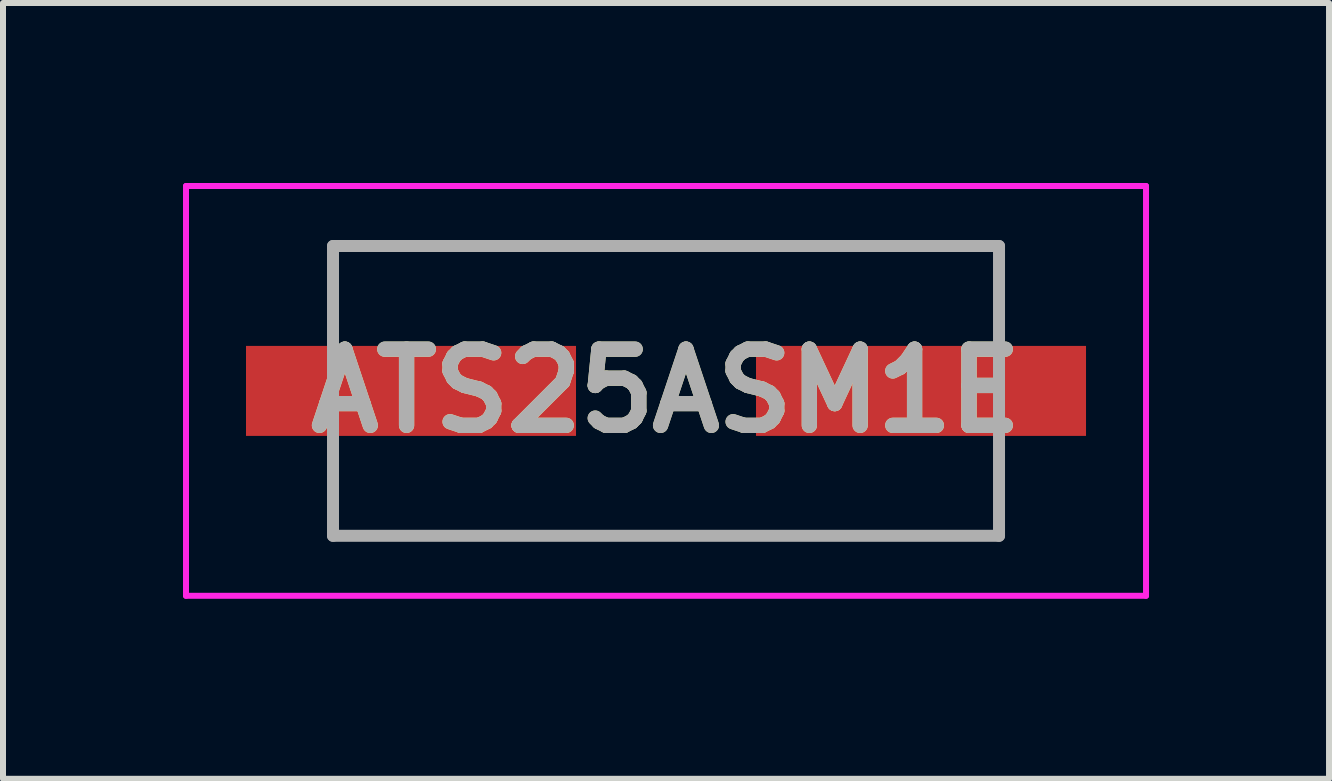
<source format=kicad_pcb>
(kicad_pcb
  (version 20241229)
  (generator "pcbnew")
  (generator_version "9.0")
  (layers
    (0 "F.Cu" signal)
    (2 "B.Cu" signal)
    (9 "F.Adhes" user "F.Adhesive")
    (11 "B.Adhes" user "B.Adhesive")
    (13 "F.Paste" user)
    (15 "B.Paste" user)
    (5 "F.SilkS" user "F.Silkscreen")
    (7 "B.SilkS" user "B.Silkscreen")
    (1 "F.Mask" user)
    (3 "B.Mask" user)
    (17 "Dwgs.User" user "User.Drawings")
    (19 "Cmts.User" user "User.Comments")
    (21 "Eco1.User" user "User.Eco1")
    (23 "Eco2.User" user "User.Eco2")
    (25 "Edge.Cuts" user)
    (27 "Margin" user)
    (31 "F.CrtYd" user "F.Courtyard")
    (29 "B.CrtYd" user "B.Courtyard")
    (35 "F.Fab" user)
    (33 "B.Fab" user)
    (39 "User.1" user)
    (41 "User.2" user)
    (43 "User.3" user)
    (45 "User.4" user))
  (footprint "ATS25ASM1E"
    (layer "F.Cu")
    (at 8.05 3.465)
    (property "Reference" "ATS25ASM1E" (at 0 0 0) (layer "F.SilkS") (effects (font (size 1.27 1.27) (thickness 0.254))))
    (attr smd)
    (fp_line (start -5.55 -2.415) (end 5.55 -2.415) (stroke (width 0.1) (type solid)) (layer "F.SilkS"))
    (fp_line (start -5.55 -1.2) (end -5.55 -2.415) (stroke (width 0.1) (type solid)) (layer "F.SilkS"))
    (fp_line (start -5.55 2.415) (end -5.55 1.2) (stroke (width 0.1) (type solid)) (layer "F.SilkS"))
    (fp_line (start 5.55 -2.415) (end 5.55 -1.2) (stroke (width 0.1) (type solid)) (layer "F.SilkS"))
    (fp_line (start 5.55 1.2) (end 5.55 2.415) (stroke (width 0.1) (type solid)) (layer "F.SilkS"))
    (fp_line (start 5.55 2.415) (end -5.55 2.415) (stroke (width 0.1) (type solid)) (layer "F.SilkS"))
    (fp_line (start -8 -3.415) (end 8 -3.415) (stroke (width 0.1) (type solid)) (layer "F.CrtYd"))
    (fp_line (start -8 3.415) (end -8 -3.415) (stroke (width 0.1) (type solid)) (layer "F.CrtYd"))
    (fp_line (start 8 -3.415) (end 8 3.415) (stroke (width 0.1) (type solid)) (layer "F.CrtYd"))
    (fp_line (start 8 3.415) (end -8 3.415) (stroke (width 0.1) (type solid)) (layer "F.CrtYd"))
    (fp_line (start -5.55 -2.415) (end 5.55 -2.415) (stroke (width 0.2) (type solid)) (layer "F.Fab"))
    (fp_line (start -5.55 2.415) (end -5.55 -2.415) (stroke (width 0.2) (type solid)) (layer "F.Fab"))
    (fp_line (start 5.55 -2.415) (end 5.55 2.415) (stroke (width 0.2) (type solid)) (layer "F.Fab"))
    (fp_line (start 5.55 2.415) (end -5.55 2.415) (stroke (width 0.2) (type solid)) (layer "F.Fab"))
    (fp_text user "${REFERENCE}" (at 0 0 0) (layer "F.Fab") (effects (font (size 1.27 1.27) (thickness 0.254))))
    (pad "1" smd rect (at -4.25 0 90) (size 1.5 5.5) (layers "F.Cu" "F.Mask" "F.Paste"))
    (pad "2" smd rect (at 4.25 0 90) (size 1.5 5.5) (layers "F.Cu" "F.Mask" "F.Paste")))
  (gr_rect
    (start -3 -3)
    (end 19.1 9.93)
    (stroke (width 0.1) (type default))
    (fill no)
    (layer "Edge.Cuts")))
</source>
